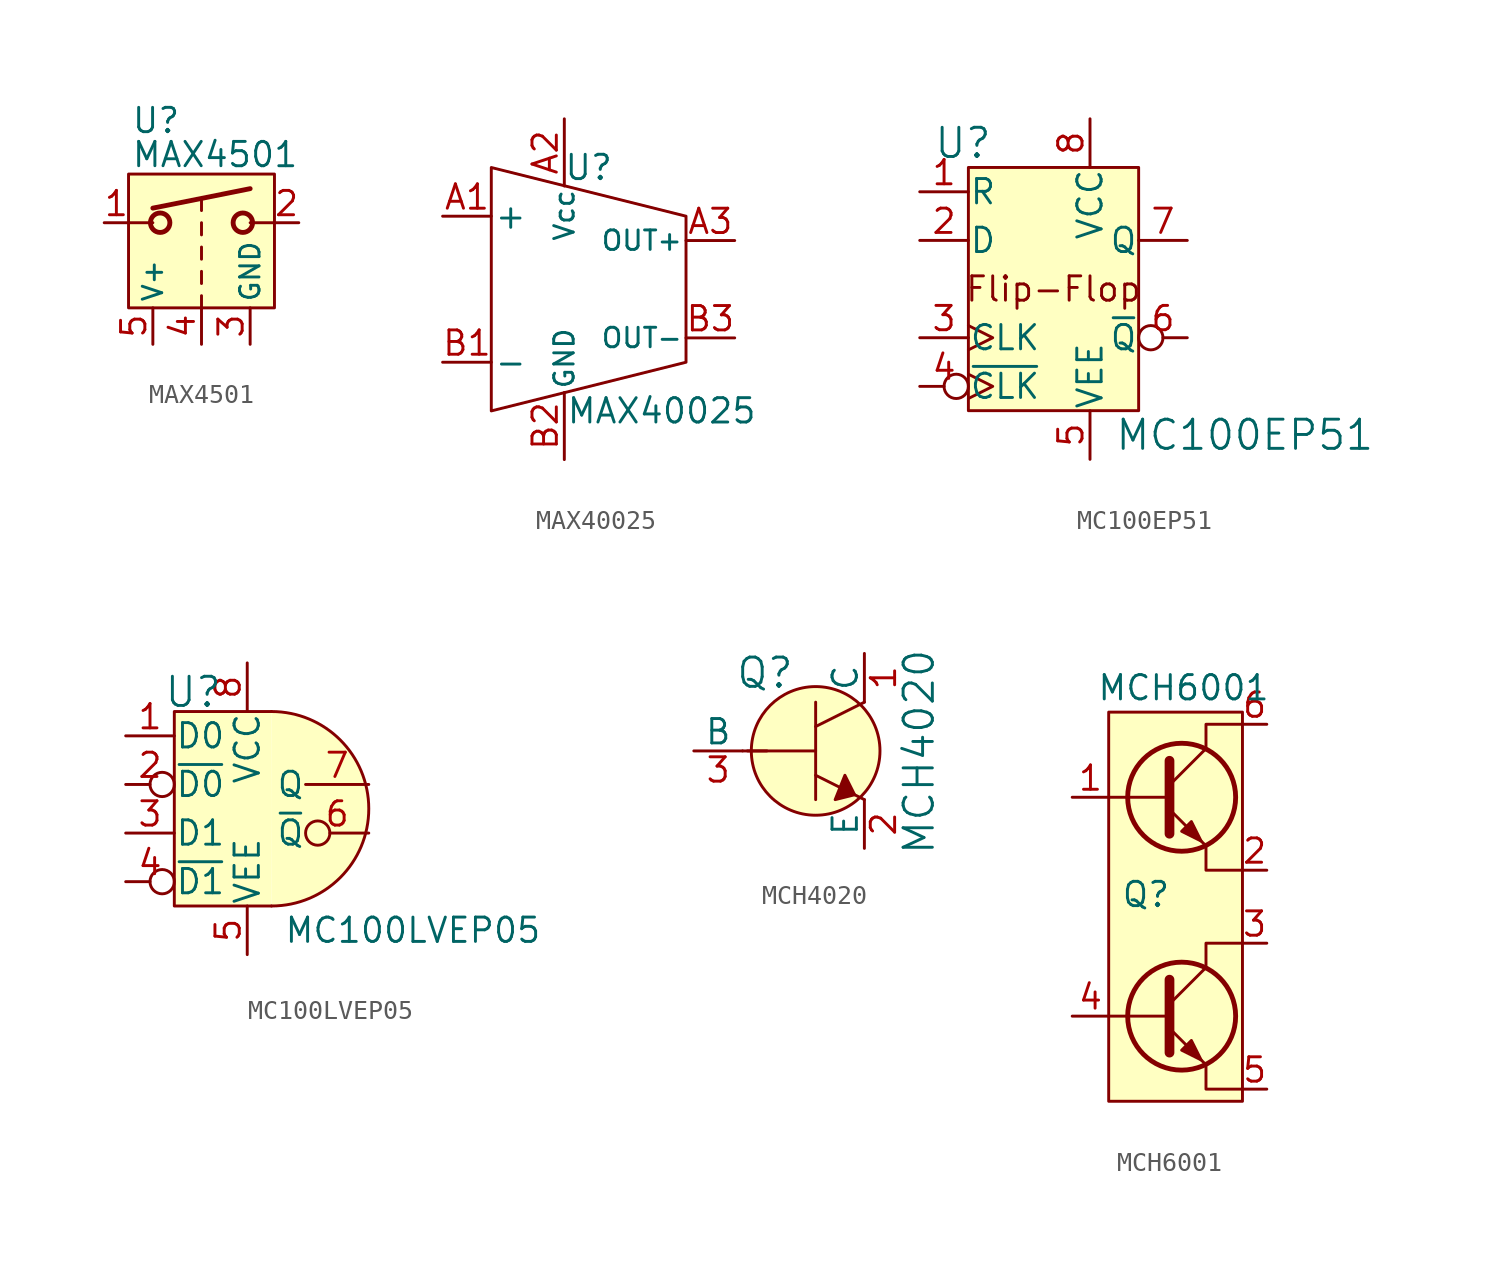
<source format=kicad_sym>
(kicad_symbol_lib
  (version 20241209)
  (generator "kicad_symbol_editor")
  (generator_version "9.0")
  (symbol "MAX4501"
    (pin_names
      (offset 0.254))
    (property "Reference" "U"
      (at -3.683 5.334 0)
      (effects (font (size 1.27 1.27)) (justify left)))
    (property "Value" "MAX4501"
      (at -3.683 3.556 0)
      (effects (font (size 1.27 1.27)) (justify left)))
    (symbol "MAX4501_0_0"
      (pin power_in line (at -2.54 -6.35 90) (length 1.905) (name "V+" (effects (font (size 1.016 1.016)))) (number "5" (effects (font (size 1.27 1.27)))))
      (pin input line (at 0 -6.35 90) (length 1.905) (name "~" (effects (font (size 1.27 1.27)))) (number "4" (effects (font (size 1.27 1.27)))))
      (pin power_in line (at 2.54 -6.35 90) (length 1.905) (name "GND" (effects (font (size 1.016 1.016)))) (number "3" (effects (font (size 1.27 1.27))))))
    (symbol "MAX4501_0_1"
      (rectangle (start -3.81 2.54) (end 3.81 -4.445) (stroke (width 0) (type default)) (fill (type background)))
      (polyline (pts (xy -2.54 0) (xy -3.81 0)) (stroke (width 0) (type default)) (fill (type none)))
      (polyline (pts (xy 0 1.27) (xy 0 0.635)) (stroke (width 0) (type default)) (fill (type none)))
      (polyline (pts (xy 0 0) (xy 0 -0.635)) (stroke (width 0) (type default)) (fill (type none)))
      (polyline (pts (xy 0 -1.27) (xy 0 -1.905)) (stroke (width 0) (type default)) (fill (type none)))
      (polyline (pts (xy 0 -2.54) (xy 0 -3.175)) (stroke (width 0) (type default)) (fill (type none)))
      (polyline (pts (xy 0 -3.81) (xy 0 -4.445)) (stroke (width 0) (type default)) (fill (type none)))
      (polyline (pts (xy 2.54 0) (xy 3.81 0)) (stroke (width 0) (type default)) (fill (type none))))
    (symbol "MAX4501_1_1"
      (polyline (pts (xy -2.54 0.762) (xy 2.54 1.778)) (stroke (width 0.254) (type default)) (fill (type none)))
      (circle (center -2.159 0) (radius 0.508) (stroke (width 0.254) (type default)) (fill (type none)))
      (circle (center 2.159 0) (radius 0.508) (stroke (width 0.254) (type default)) (fill (type none)))
      (pin passive line (at -5.08 0 0) (length 1.27) (name "~" (effects (font (size 1.27 1.27)))) (number "1" (effects (font (size 1.27 1.27)))))
      (pin passive line (at 5.08 0 180) (length 1.27) (name "~" (effects (font (size 1.27 1.27)))) (number "2" (effects (font (size 1.27 1.27)))))))
  (symbol "MAX40025"
    (pin_names
      (offset 0.127))
    (property "Reference" "U"
      (at 0 6.35 0)
      (effects (font (size 1.27 1.27))))
    (property "Value" "MAX40025"
      (at 3.81 -6.35 0)
      (effects (font (size 1.27 1.27))))
    (symbol "MAX40025_0_1"
      (polyline (pts (xy 5.08 3.81) (xy -5.08 6.35) (xy -5.08 -6.35) (xy 5.08 -3.81) (xy 5.08 3.81)) (stroke (width 0) (type default)) (fill (type none))))
    (symbol "MAX40025_1_1"
      (pin input line (at -7.62 3.81 0) (length 2.54) (name "+" (effects (font (size 1.27 1.27)))) (number "A1" (effects (font (size 1.27 1.27)))))
      (pin input line (at -7.62 -3.81 0) (length 2.54) (name "-" (effects (font (size 1.27 1.27)))) (number "B1" (effects (font (size 1.27 1.27)))))
      (pin power_in line (at -1.27 8.89 270) (length 3.505) (name "Vcc" (effects (font (size 1.016 1.016)))) (number "A2" (effects (font (size 1.27 1.27)))))
      (pin power_in line (at -1.27 -8.89 90) (length 3.505) (name "GND" (effects (font (size 1.016 1.016)))) (number "B2" (effects (font (size 1.27 1.27)))))
      (pin output line (at 7.62 2.54 180) (length 2.54) (name "OUT+" (effects (font (size 1.016 1.016)))) (number "A3" (effects (font (size 1.27 1.27)))))
      (pin output line (at 7.62 -2.54 180) (length 2.54) (name "OUT-" (effects (font (size 1.016 1.016)))) (number "B3" (effects (font (size 1.27 1.27)))))))
  (symbol "MC100EP51"
    (pin_names
      (offset 0.025))
    (property "Reference" "U"
      (at -3.81 7.62 0)
      (effects (font (size 1.524 1.524)) (justify right)))
    (property "Value" "MC100EP51"
      (at 2.54 -7.62 0)
      (effects (font (size 1.524 1.524)) (justify left)))
    (symbol "MC100EP51_0_0"
      (rectangle (start -5.08 6.35) (end 3.81 -6.35) (stroke (width 0) (type default)) (fill (type background)))
      (text "Flip-Flop" (at -0.635 0 0) (effects (font (size 1.27 1.27))))
      (pin input clock (at -7.62 -2.54 0) (length 2.54) (name "CLK" (effects (font (size 1.27 1.27)))) (number "3" (effects (font (size 1.27 1.27)))))
      (pin input inverted_clock (at -7.62 -5.08 0) (length 2.54) (name "~{CLK}" (effects (font (size 1.27 1.27)))) (number "4" (effects (font (size 1.27 1.27)))))
      (pin output inverted (at 6.35 -2.54 180) (length 2.54) (name "~{Q}" (effects (font (size 1.27 1.27)))) (number "6" (effects (font (size 1.27 1.27))))))
    (symbol "MC100EP51_1_1"
      (pin input line (at -7.62 5.08 0) (length 2.54) (name "R" (effects (font (size 1.27 1.27)))) (number "1" (effects (font (size 1.27 1.27)))))
      (pin input line (at -7.62 2.54 0) (length 2.54) (name "D" (effects (font (size 1.27 1.27)))) (number "2" (effects (font (size 1.27 1.27)))))
      (pin power_in line (at 1.27 8.89 270) (length 2.54) (name "VCC" (effects (font (size 1.27 1.27)))) (number "8" (effects (font (size 1.27 1.27)))))
      (pin power_in line (at 1.27 -8.89 90) (length 2.54) (name "VEE" (effects (font (size 1.27 1.27)))) (number "5" (effects (font (size 1.27 1.27)))))
      (pin output line (at 6.35 2.54 180) (length 2.54) (name "Q" (effects (font (size 1.27 1.27)))) (number "7" (effects (font (size 1.27 1.27)))))))
  (symbol "MC100LVEP05"
    (pin_names
      (offset 0.025))
    (property "Reference" "U"
      (at -2.54 6.096 0)
      (effects (font (size 1.524 1.524)) (justify right)))
    (property "Value" "MC100LVEP05"
      (at 0.635 -6.35 0)
      (effects (font (size 1.27 1.27)) (justify left)))
    (symbol "MC100LVEP05_0_0"
      (pin input line (at -7.62 -1.27 0) (length 2.54) (name "D1" (effects (font (size 1.27 1.27)))) (number "3" (effects (font (size 1.27 1.27)))))
      (pin input inverted (at -7.62 -3.81 0) (length 2.54) (name "~{D1}" (effects (font (size 1.27 1.27)))) (number "4" (effects (font (size 1.27 1.27)))))
      (pin output inverted (at 5.08 -1.27 180) (length 3.302) (name "~{Q}" (effects (font (size 1.27 1.27)))) (number "6" (effects (font (size 1.27 1.27))))))
    (symbol "MC100LVEP05_1_1"
      (arc (start 0 5.08) (mid 5.0579 0) (end 0 -5.08) (stroke (width 0) (type default)) (fill (type background)))
      (polyline (pts (xy 0 5.08) (xy -5.08 5.08) (xy -5.08 -5.08) (xy 0 -5.08)) (stroke (width 0) (type default)) (fill (type background)))
      (pin input line (at -7.62 3.81 0) (length 2.54) (name "D0" (effects (font (size 1.27 1.27)))) (number "1" (effects (font (size 1.27 1.27)))))
      (pin input inverted (at -7.62 1.27 0) (length 2.54) (name "~{D0}" (effects (font (size 1.27 1.27)))) (number "2" (effects (font (size 1.27 1.27)))))
      (pin power_in line (at -1.27 7.62 270) (length 2.54) (name "VCC" (effects (font (size 1.27 1.27)))) (number "8" (effects (font (size 1.27 1.27)))))
      (pin power_in line (at -1.27 -7.62 90) (length 2.54) (name "VEE" (effects (font (size 1.27 1.27)))) (number "5" (effects (font (size 1.27 1.27)))))
      (pin output line (at 5.08 1.27 180) (length 3.302) (name "Q" (effects (font (size 1.27 1.27)))) (number "7" (effects (font (size 1.27 1.27)))))))
  (symbol "MCH4020"
    (pin_names
      (offset 0))
    (property "Reference" "Q"
      (at -5.182 4.064 0)
      (effects (font (size 1.524 1.524))))
    (property "Value" "MCH4020"
      (at 2.845 -0.051 90)
      (effects (font (size 1.524 1.524))))
    (symbol "MCH4020_0_1"
      (polyline (pts (xy -6.35 0) (xy -5.08 0)) (stroke (width 0) (type default)) (fill (type none)))
      (polyline (pts (xy -6.096 0) (xy -2.54 0)) (stroke (width 0) (type default)) (fill (type none)))
      (polyline (pts (xy -2.54 2.54) (xy -2.54 -2.54)) (stroke (width 0) (type default)) (fill (type none)))
      (polyline (pts (xy -2.54 1.27) (xy 0 2.54)) (stroke (width 0) (type default)) (fill (type none)))
      (circle (center -2.54 0) (radius 3.353) (stroke (width 0) (type default)) (fill (type background)))
      (polyline (pts (xy -2.54 -1.27) (xy 0 -2.54)) (stroke (width 0) (type default)) (fill (type none)))
      (polyline (pts (xy -1.016 -1.27) (xy -0.508 -2.286) (xy -1.524 -2.54) (xy -1.016 -1.27)) (stroke (width 0) (type default)) (fill (type outline))))
    (symbol "MCH4020_1_1"
      (pin input line (at -8.89 0 0) (length 2.54) (name "B" (effects (font (size 1.27 1.27)))) (number "3" (effects (font (size 1.27 1.27)))))
      (pin passive line (at 0 5.08 270) (length 2.54) (name "C" (effects (font (size 1.27 1.27)))) (number "1" (effects (font (size 1.27 1.27)))))
      (pin passive line (at 0 -5.08 90) (length 2.54) (name "E" (effects (font (size 1.27 1.27)))) (number "2" (effects (font (size 1.27 1.27)))))))
  (symbol "MCH6001"
    (pin_names
      (offset 0)
      (hide yes))
    (property "Reference" "Q"
      (at -2.54 1.27 0)
      (effects (font (size 1.27 1.27)) (justify left)))
    (property "Value" "MCH6001"
      (at -3.81 12.065 0)
      (effects (font (size 1.27 1.27)) (justify left)))
    (symbol "MCH6001_0_1"
      (polyline (pts (xy -3.175 6.35) (xy 0 6.35)) (stroke (width 0) (type default)) (fill (type none)))
      (polyline (pts (xy -3.175 -5.08) (xy 0 -5.08)) (stroke (width 0) (type default)) (fill (type none)))
      (polyline (pts (xy 0 -3.175) (xy 0 -6.985) (xy 0 -6.985)) (stroke (width 0.508) (type default)) (fill (type none)))
      (polyline (pts (xy 0 -4.445) (xy 1.905 -2.54)) (stroke (width 0) (type default)) (fill (type none)))
      (polyline (pts (xy 0 -5.715) (xy 1.905 -7.62) (xy 1.905 -7.62)) (stroke (width 0) (type default)) (fill (type none)))
      (circle (center 0.635 -5.08) (radius 2.819) (stroke (width 0.254) (type default)) (fill (type none)))
      (polyline (pts (xy 0.635 -6.858) (xy 1.143 -6.35) (xy 1.651 -7.366) (xy 0.635 -6.858) (xy 0.635 -6.858)) (stroke (width 0) (type default)) (fill (type outline)))
      (polyline (pts (xy 1.905 8.89) (xy 1.905 10.16) (xy 3.81 10.16)) (stroke (width 0) (type default)) (fill (type none)))
      (polyline (pts (xy 1.905 3.81) (xy 1.905 2.54) (xy 3.81 2.54)) (stroke (width 0) (type default)) (fill (type none)))
      (polyline (pts (xy 1.905 -2.54) (xy 1.905 -1.27) (xy 3.81 -1.27)) (stroke (width 0) (type default)) (fill (type none)))
      (polyline (pts (xy 1.905 -7.62) (xy 1.905 -8.89) (xy 3.81 -8.89)) (stroke (width 0) (type default)) (fill (type none)))
      (rectangle (start 3.81 10.795) (end -3.175 -9.525) (stroke (width 0) (type default)) (fill (type background))))
    (symbol "MCH6001_1_1"
      (polyline (pts (xy 0 8.255) (xy 0 4.445) (xy 0 4.445)) (stroke (width 0.508) (type default)) (fill (type none)))
      (polyline (pts (xy 0 6.985) (xy 1.905 8.89)) (stroke (width 0) (type default)) (fill (type none)))
      (polyline (pts (xy 0 5.715) (xy 1.905 3.81) (xy 1.905 3.81)) (stroke (width 0) (type default)) (fill (type none)))
      (circle (center 0.635 6.35) (radius 2.819) (stroke (width 0.254) (type default)) (fill (type none)))
      (polyline (pts (xy 0.635 4.572) (xy 1.143 5.08) (xy 1.651 4.064) (xy 0.635 4.572) (xy 0.635 4.572)) (stroke (width 0) (type default)) (fill (type outline)))
      (pin passive line (at -5.08 6.35 0) (length 1.905) (name "B1" (effects (font (size 1.27 1.27)))) (number "1" (effects (font (size 1.27 1.27)))))
      (pin passive line (at -5.08 -5.08 0) (length 1.905) (name "B2" (effects (font (size 1.27 1.27)))) (number "4" (effects (font (size 1.27 1.27)))))
      (pin passive line (at 5.08 10.16 180) (length 1.27) (name "C1" (effects (font (size 1.27 1.27)))) (number "6" (effects (font (size 1.27 1.27)))))
      (pin passive line (at 5.08 2.54 180) (length 1.27) (name "E1" (effects (font (size 1.27 1.27)))) (number "2" (effects (font (size 1.27 1.27)))))
      (pin passive line (at 5.08 -1.27 180) (length 1.27) (name "C2" (effects (font (size 1.27 1.27)))) (number "3" (effects (font (size 1.27 1.27)))))
      (pin passive line (at 5.08 -8.89 180) (length 1.27) (name "E2" (effects (font (size 1.27 1.27)))) (number "5" (effects (font (size 1.27 1.27))))))))
</source>
